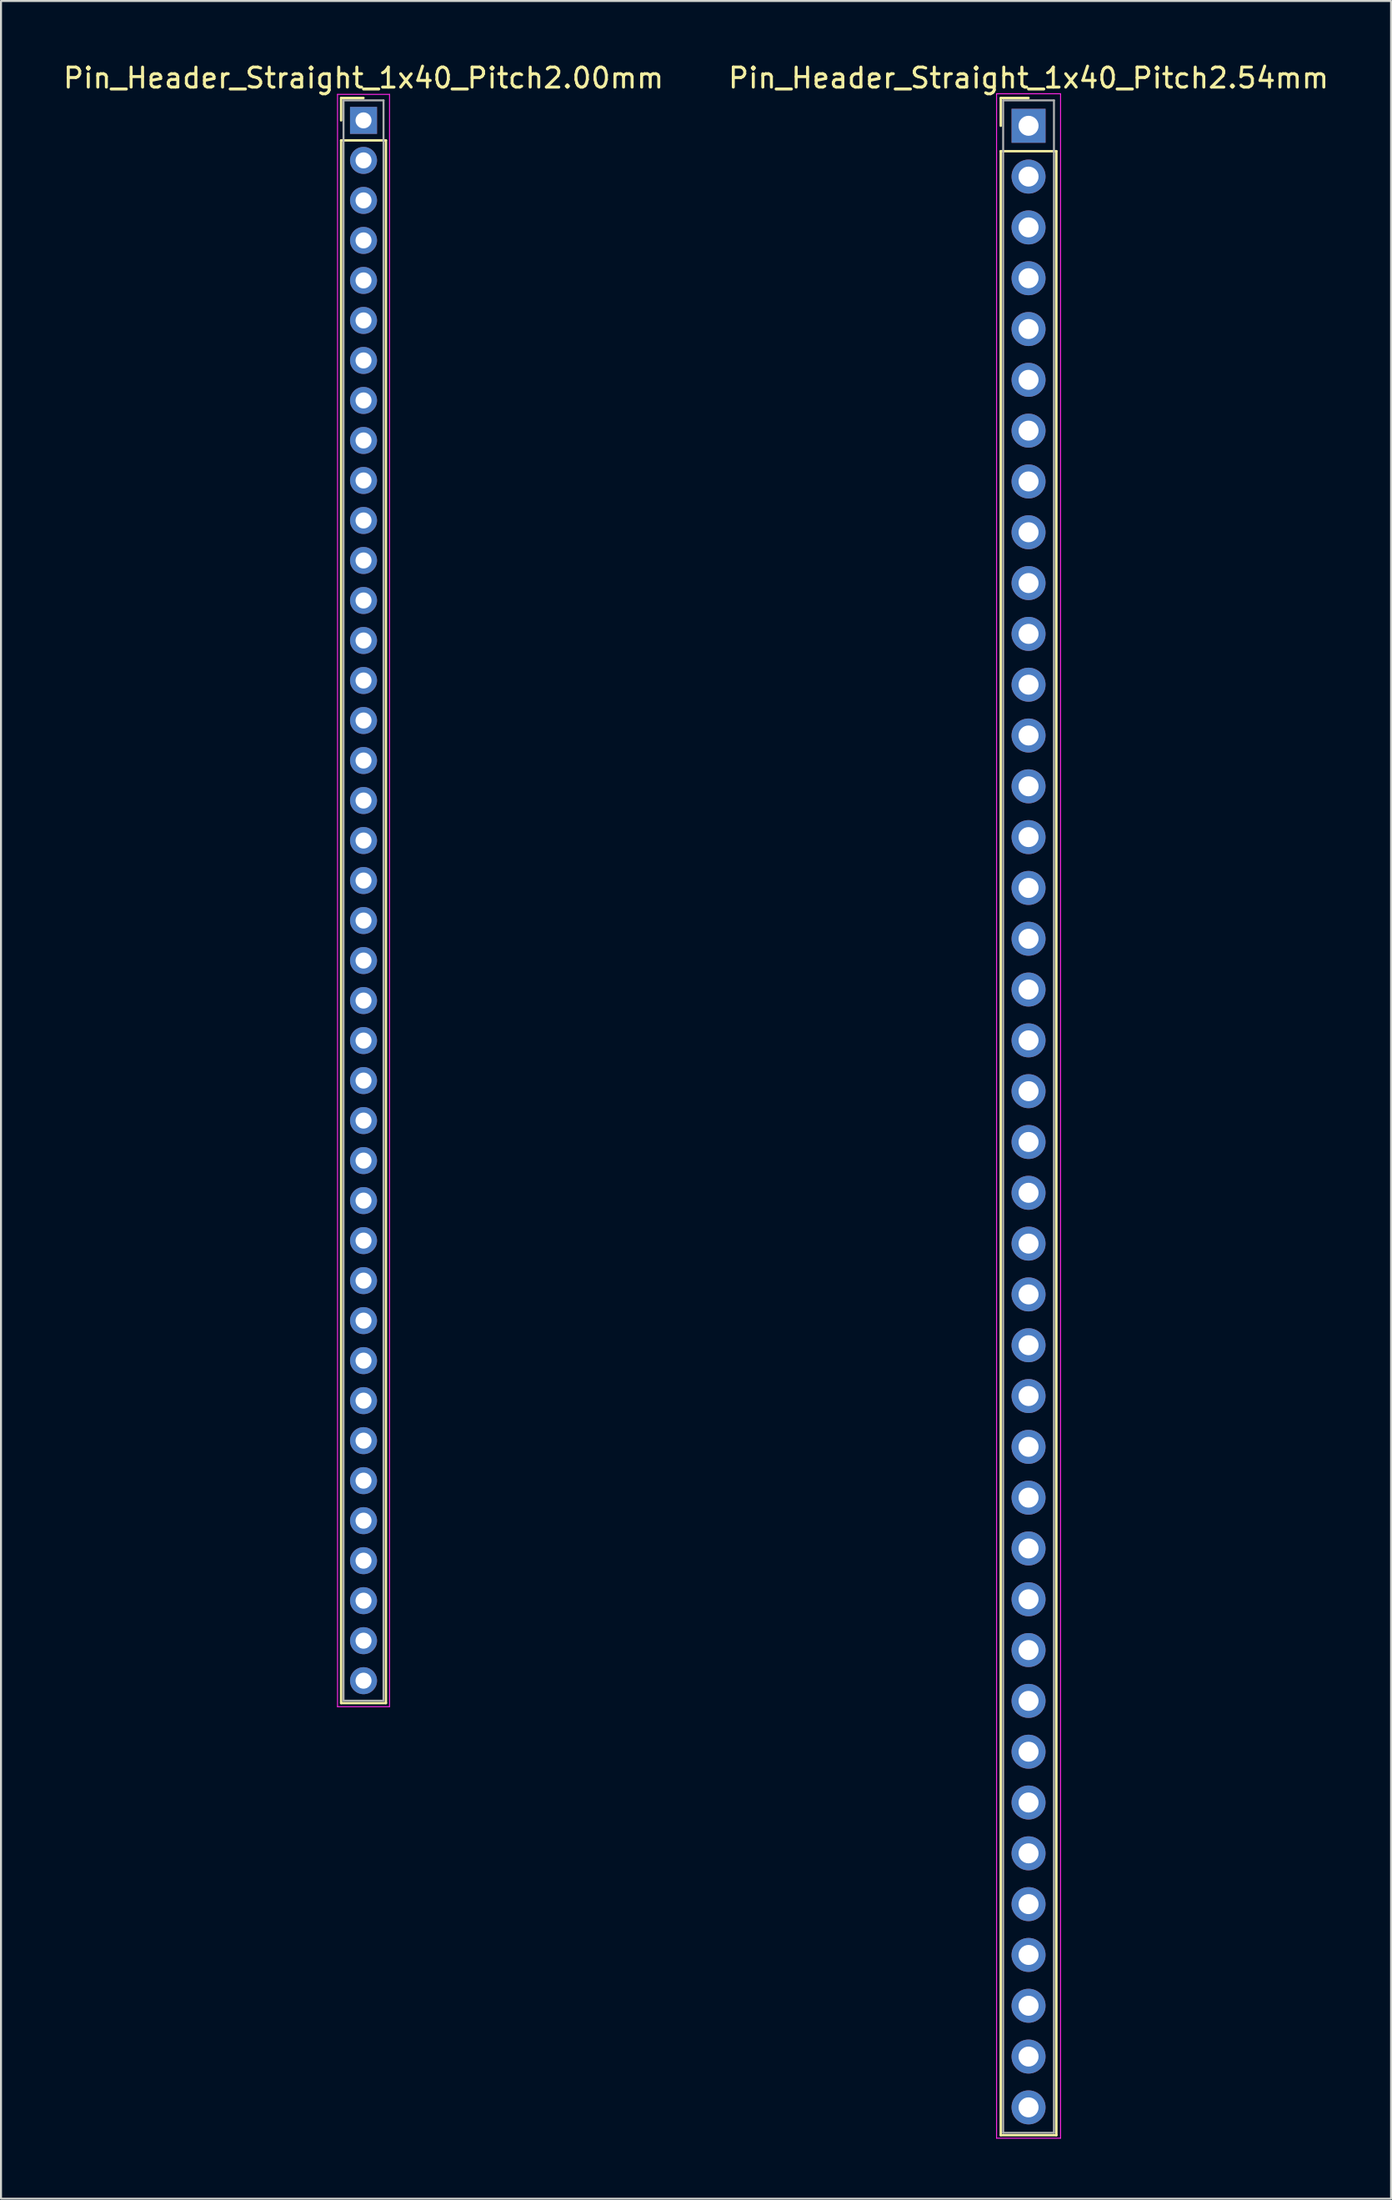
<source format=kicad_pcb>
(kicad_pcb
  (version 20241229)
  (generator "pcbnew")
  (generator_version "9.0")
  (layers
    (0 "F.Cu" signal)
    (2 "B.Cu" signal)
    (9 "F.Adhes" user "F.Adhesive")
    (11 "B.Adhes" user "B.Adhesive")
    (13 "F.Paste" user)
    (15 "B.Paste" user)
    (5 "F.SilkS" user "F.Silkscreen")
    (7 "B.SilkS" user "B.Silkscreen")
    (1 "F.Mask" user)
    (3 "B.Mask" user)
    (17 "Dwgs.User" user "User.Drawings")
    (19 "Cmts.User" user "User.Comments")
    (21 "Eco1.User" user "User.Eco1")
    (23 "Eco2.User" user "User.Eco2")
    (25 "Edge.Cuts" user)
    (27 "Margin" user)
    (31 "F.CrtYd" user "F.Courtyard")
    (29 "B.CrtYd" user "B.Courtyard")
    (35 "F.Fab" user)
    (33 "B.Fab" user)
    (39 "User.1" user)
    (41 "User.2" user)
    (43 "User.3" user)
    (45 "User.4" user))
  (footprint "Pin_Header_Straight_1x40_Pitch2.00mm"
    (layer "F.Cu")
    (at 15.125 2.968)
    (property "Reference" "Pin_Header_Straight_1x40_Pitch2.00mm" (at 0 -2.12 0) (layer "F.SilkS") (effects (font (size 1 1) (thickness 0.15))))
    (attr through_hole)
    (fp_line (start -1.12 -1.12) (end 0 -1.12) (stroke (width 0.12) (type solid)) (layer "F.SilkS"))
    (fp_line (start -1.12 0) (end -1.12 -1.12) (stroke (width 0.12) (type solid)) (layer "F.SilkS"))
    (fp_line (start -1.12 1) (end -1.12 79.12) (stroke (width 0.12) (type solid)) (layer "F.SilkS"))
    (fp_line (start -1.12 79.12) (end 1.12 79.12) (stroke (width 0.12) (type solid)) (layer "F.SilkS"))
    (fp_line (start 1.12 1) (end -1.12 1) (stroke (width 0.12) (type solid)) (layer "F.SilkS"))
    (fp_line (start 1.12 79.12) (end 1.12 1) (stroke (width 0.12) (type solid)) (layer "F.SilkS"))
    (fp_line (start -1.3 -1.3) (end -1.3 79.3) (stroke (width 0.05) (type solid)) (layer "F.CrtYd"))
    (fp_line (start -1.3 79.3) (end 1.3 79.3) (stroke (width 0.05) (type solid)) (layer "F.CrtYd"))
    (fp_line (start 1.3 -1.3) (end -1.3 -1.3) (stroke (width 0.05) (type solid)) (layer "F.CrtYd"))
    (fp_line (start 1.3 79.3) (end 1.3 -1.3) (stroke (width 0.05) (type solid)) (layer "F.CrtYd"))
    (fp_line (start -1 -1) (end -1 79) (stroke (width 0.1) (type solid)) (layer "F.Fab"))
    (fp_line (start -1 79) (end 1 79) (stroke (width 0.1) (type solid)) (layer "F.Fab"))
    (fp_line (start 1 -1) (end -1 -1) (stroke (width 0.1) (type solid)) (layer "F.Fab"))
    (fp_line (start 1 79) (end 1 -1) (stroke (width 0.1) (type solid)) (layer "F.Fab"))
    (pad "1" thru_hole rect (at 0 0) (size 1.35 1.35) (drill 0.8) (layers "*.Cu" "*.Mask"))
    (pad "2" thru_hole oval (at 0 2) (size 1.35 1.35) (drill 0.8) (layers "*.Cu" "*.Mask"))
    (pad "3" thru_hole oval (at 0 4) (size 1.35 1.35) (drill 0.8) (layers "*.Cu" "*.Mask"))
    (pad "4" thru_hole oval (at 0 6) (size 1.35 1.35) (drill 0.8) (layers "*.Cu" "*.Mask"))
    (pad "5" thru_hole oval (at 0 8) (size 1.35 1.35) (drill 0.8) (layers "*.Cu" "*.Mask"))
    (pad "6" thru_hole oval (at 0 10) (size 1.35 1.35) (drill 0.8) (layers "*.Cu" "*.Mask"))
    (pad "7" thru_hole oval (at 0 12) (size 1.35 1.35) (drill 0.8) (layers "*.Cu" "*.Mask"))
    (pad "8" thru_hole oval (at 0 14) (size 1.35 1.35) (drill 0.8) (layers "*.Cu" "*.Mask"))
    (pad "9" thru_hole oval (at 0 16) (size 1.35 1.35) (drill 0.8) (layers "*.Cu" "*.Mask"))
    (pad "10" thru_hole oval (at 0 18) (size 1.35 1.35) (drill 0.8) (layers "*.Cu" "*.Mask"))
    (pad "11" thru_hole oval (at 0 20) (size 1.35 1.35) (drill 0.8) (layers "*.Cu" "*.Mask"))
    (pad "12" thru_hole oval (at 0 22) (size 1.35 1.35) (drill 0.8) (layers "*.Cu" "*.Mask"))
    (pad "13" thru_hole oval (at 0 24) (size 1.35 1.35) (drill 0.8) (layers "*.Cu" "*.Mask"))
    (pad "14" thru_hole oval (at 0 26) (size 1.35 1.35) (drill 0.8) (layers "*.Cu" "*.Mask"))
    (pad "15" thru_hole oval (at 0 28) (size 1.35 1.35) (drill 0.8) (layers "*.Cu" "*.Mask"))
    (pad "16" thru_hole oval (at 0 30) (size 1.35 1.35) (drill 0.8) (layers "*.Cu" "*.Mask"))
    (pad "17" thru_hole oval (at 0 32) (size 1.35 1.35) (drill 0.8) (layers "*.Cu" "*.Mask"))
    (pad "18" thru_hole oval (at 0 34) (size 1.35 1.35) (drill 0.8) (layers "*.Cu" "*.Mask"))
    (pad "19" thru_hole oval (at 0 36) (size 1.35 1.35) (drill 0.8) (layers "*.Cu" "*.Mask"))
    (pad "20" thru_hole oval (at 0 38) (size 1.35 1.35) (drill 0.8) (layers "*.Cu" "*.Mask"))
    (pad "21" thru_hole oval (at 0 40) (size 1.35 1.35) (drill 0.8) (layers "*.Cu" "*.Mask"))
    (pad "22" thru_hole oval (at 0 42) (size 1.35 1.35) (drill 0.8) (layers "*.Cu" "*.Mask"))
    (pad "23" thru_hole oval (at 0 44) (size 1.35 1.35) (drill 0.8) (layers "*.Cu" "*.Mask"))
    (pad "24" thru_hole oval (at 0 46) (size 1.35 1.35) (drill 0.8) (layers "*.Cu" "*.Mask"))
    (pad "25" thru_hole oval (at 0 48) (size 1.35 1.35) (drill 0.8) (layers "*.Cu" "*.Mask"))
    (pad "26" thru_hole oval (at 0 50) (size 1.35 1.35) (drill 0.8) (layers "*.Cu" "*.Mask"))
    (pad "27" thru_hole oval (at 0 52) (size 1.35 1.35) (drill 0.8) (layers "*.Cu" "*.Mask"))
    (pad "28" thru_hole oval (at 0 54) (size 1.35 1.35) (drill 0.8) (layers "*.Cu" "*.Mask"))
    (pad "29" thru_hole oval (at 0 56) (size 1.35 1.35) (drill 0.8) (layers "*.Cu" "*.Mask"))
    (pad "30" thru_hole oval (at 0 58) (size 1.35 1.35) (drill 0.8) (layers "*.Cu" "*.Mask"))
    (pad "31" thru_hole oval (at 0 60) (size 1.35 1.35) (drill 0.8) (layers "*.Cu" "*.Mask"))
    (pad "32" thru_hole oval (at 0 62) (size 1.35 1.35) (drill 0.8) (layers "*.Cu" "*.Mask"))
    (pad "33" thru_hole oval (at 0 64) (size 1.35 1.35) (drill 0.8) (layers "*.Cu" "*.Mask"))
    (pad "34" thru_hole oval (at 0 66) (size 1.35 1.35) (drill 0.8) (layers "*.Cu" "*.Mask"))
    (pad "35" thru_hole oval (at 0 68) (size 1.35 1.35) (drill 0.8) (layers "*.Cu" "*.Mask"))
    (pad "36" thru_hole oval (at 0 70) (size 1.35 1.35) (drill 0.8) (layers "*.Cu" "*.Mask"))
    (pad "37" thru_hole oval (at 0 72) (size 1.35 1.35) (drill 0.8) (layers "*.Cu" "*.Mask"))
    (pad "38" thru_hole oval (at 0 74) (size 1.35 1.35) (drill 0.8) (layers "*.Cu" "*.Mask"))
    (pad "39" thru_hole oval (at 0 76) (size 1.35 1.35) (drill 0.8) (layers "*.Cu" "*.Mask"))
    (pad "40" thru_hole oval (at 0 78) (size 1.35 1.35) (drill 0.8) (layers "*.Cu" "*.Mask")))
  (footprint "Pin_Header_Straight_1x40_Pitch2.54mm"
    (layer "F.Cu")
    (at 48.375 3.238)
    (property "Reference" "Pin_Header_Straight_1x40_Pitch2.54mm" (at 0 -2.39 0) (layer "F.SilkS") (effects (font (size 1 1) (thickness 0.15))))
    (attr through_hole)
    (fp_line (start -1.39 -1.39) (end 0 -1.39) (stroke (width 0.12) (type solid)) (layer "F.SilkS"))
    (fp_line (start -1.39 0) (end -1.39 -1.39) (stroke (width 0.12) (type solid)) (layer "F.SilkS"))
    (fp_line (start -1.39 1.27) (end -1.39 100.45) (stroke (width 0.12) (type solid)) (layer "F.SilkS"))
    (fp_line (start -1.39 100.45) (end 1.39 100.45) (stroke (width 0.12) (type solid)) (layer "F.SilkS"))
    (fp_line (start 1.39 1.27) (end -1.39 1.27) (stroke (width 0.12) (type solid)) (layer "F.SilkS"))
    (fp_line (start 1.39 100.45) (end 1.39 1.27) (stroke (width 0.12) (type solid)) (layer "F.SilkS"))
    (fp_line (start -1.6 -1.6) (end -1.6 100.6) (stroke (width 0.05) (type solid)) (layer "F.CrtYd"))
    (fp_line (start -1.6 100.6) (end 1.6 100.6) (stroke (width 0.05) (type solid)) (layer "F.CrtYd"))
    (fp_line (start 1.6 -1.6) (end -1.6 -1.6) (stroke (width 0.05) (type solid)) (layer "F.CrtYd"))
    (fp_line (start 1.6 100.6) (end 1.6 -1.6) (stroke (width 0.05) (type solid)) (layer "F.CrtYd"))
    (fp_line (start -1.27 -1.27) (end -1.27 100.33) (stroke (width 0.1) (type solid)) (layer "F.Fab"))
    (fp_line (start -1.27 100.33) (end 1.27 100.33) (stroke (width 0.1) (type solid)) (layer "F.Fab"))
    (fp_line (start 1.27 -1.27) (end -1.27 -1.27) (stroke (width 0.1) (type solid)) (layer "F.Fab"))
    (fp_line (start 1.27 100.33) (end 1.27 -1.27) (stroke (width 0.1) (type solid)) (layer "F.Fab"))
    (pad "1" thru_hole rect (at 0 0) (size 1.7 1.7) (drill 1) (layers "*.Cu" "*.Mask"))
    (pad "2" thru_hole oval (at 0 2.54) (size 1.7 1.7) (drill 1) (layers "*.Cu" "*.Mask"))
    (pad "3" thru_hole oval (at 0 5.08) (size 1.7 1.7) (drill 1) (layers "*.Cu" "*.Mask"))
    (pad "4" thru_hole oval (at 0 7.62) (size 1.7 1.7) (drill 1) (layers "*.Cu" "*.Mask"))
    (pad "5" thru_hole oval (at 0 10.16) (size 1.7 1.7) (drill 1) (layers "*.Cu" "*.Mask"))
    (pad "6" thru_hole oval (at 0 12.7) (size 1.7 1.7) (drill 1) (layers "*.Cu" "*.Mask"))
    (pad "7" thru_hole oval (at 0 15.24) (size 1.7 1.7) (drill 1) (layers "*.Cu" "*.Mask"))
    (pad "8" thru_hole oval (at 0 17.78) (size 1.7 1.7) (drill 1) (layers "*.Cu" "*.Mask"))
    (pad "9" thru_hole oval (at 0 20.32) (size 1.7 1.7) (drill 1) (layers "*.Cu" "*.Mask"))
    (pad "10" thru_hole oval (at 0 22.86) (size 1.7 1.7) (drill 1) (layers "*.Cu" "*.Mask"))
    (pad "11" thru_hole oval (at 0 25.4) (size 1.7 1.7) (drill 1) (layers "*.Cu" "*.Mask"))
    (pad "12" thru_hole oval (at 0 27.94) (size 1.7 1.7) (drill 1) (layers "*.Cu" "*.Mask"))
    (pad "13" thru_hole oval (at 0 30.48) (size 1.7 1.7) (drill 1) (layers "*.Cu" "*.Mask"))
    (pad "14" thru_hole oval (at 0 33.02) (size 1.7 1.7) (drill 1) (layers "*.Cu" "*.Mask"))
    (pad "15" thru_hole oval (at 0 35.56) (size 1.7 1.7) (drill 1) (layers "*.Cu" "*.Mask"))
    (pad "16" thru_hole oval (at 0 38.1) (size 1.7 1.7) (drill 1) (layers "*.Cu" "*.Mask"))
    (pad "17" thru_hole oval (at 0 40.64) (size 1.7 1.7) (drill 1) (layers "*.Cu" "*.Mask"))
    (pad "18" thru_hole oval (at 0 43.18) (size 1.7 1.7) (drill 1) (layers "*.Cu" "*.Mask"))
    (pad "19" thru_hole oval (at 0 45.72) (size 1.7 1.7) (drill 1) (layers "*.Cu" "*.Mask"))
    (pad "20" thru_hole oval (at 0 48.26) (size 1.7 1.7) (drill 1) (layers "*.Cu" "*.Mask"))
    (pad "21" thru_hole oval (at 0 50.8) (size 1.7 1.7) (drill 1) (layers "*.Cu" "*.Mask"))
    (pad "22" thru_hole oval (at 0 53.34) (size 1.7 1.7) (drill 1) (layers "*.Cu" "*.Mask"))
    (pad "23" thru_hole oval (at 0 55.88) (size 1.7 1.7) (drill 1) (layers "*.Cu" "*.Mask"))
    (pad "24" thru_hole oval (at 0 58.42) (size 1.7 1.7) (drill 1) (layers "*.Cu" "*.Mask"))
    (pad "25" thru_hole oval (at 0 60.96) (size 1.7 1.7) (drill 1) (layers "*.Cu" "*.Mask"))
    (pad "26" thru_hole oval (at 0 63.5) (size 1.7 1.7) (drill 1) (layers "*.Cu" "*.Mask"))
    (pad "27" thru_hole oval (at 0 66.04) (size 1.7 1.7) (drill 1) (layers "*.Cu" "*.Mask"))
    (pad "28" thru_hole oval (at 0 68.58) (size 1.7 1.7) (drill 1) (layers "*.Cu" "*.Mask"))
    (pad "29" thru_hole oval (at 0 71.12) (size 1.7 1.7) (drill 1) (layers "*.Cu" "*.Mask"))
    (pad "30" thru_hole oval (at 0 73.66) (size 1.7 1.7) (drill 1) (layers "*.Cu" "*.Mask"))
    (pad "31" thru_hole oval (at 0 76.2) (size 1.7 1.7) (drill 1) (layers "*.Cu" "*.Mask"))
    (pad "32" thru_hole oval (at 0 78.74) (size 1.7 1.7) (drill 1) (layers "*.Cu" "*.Mask"))
    (pad "33" thru_hole oval (at 0 81.28) (size 1.7 1.7) (drill 1) (layers "*.Cu" "*.Mask"))
    (pad "34" thru_hole oval (at 0 83.82) (size 1.7 1.7) (drill 1) (layers "*.Cu" "*.Mask"))
    (pad "35" thru_hole oval (at 0 86.36) (size 1.7 1.7) (drill 1) (layers "*.Cu" "*.Mask"))
    (pad "36" thru_hole oval (at 0 88.9) (size 1.7 1.7) (drill 1) (layers "*.Cu" "*.Mask"))
    (pad "37" thru_hole oval (at 0 91.44) (size 1.7 1.7) (drill 1) (layers "*.Cu" "*.Mask"))
    (pad "38" thru_hole oval (at 0 93.98) (size 1.7 1.7) (drill 1) (layers "*.Cu" "*.Mask"))
    (pad "39" thru_hole oval (at 0 96.52) (size 1.7 1.7) (drill 1) (layers "*.Cu" "*.Mask"))
    (pad "40" thru_hole oval (at 0 99.06) (size 1.7 1.7) (drill 1) (layers "*.Cu" "*.Mask")))
  (gr_rect
    (start -3 -3)
    (end 66.5 106.863)
    (stroke (width 0.1) (type default))
    (fill no)
    (layer "Edge.Cuts")))
</source>
